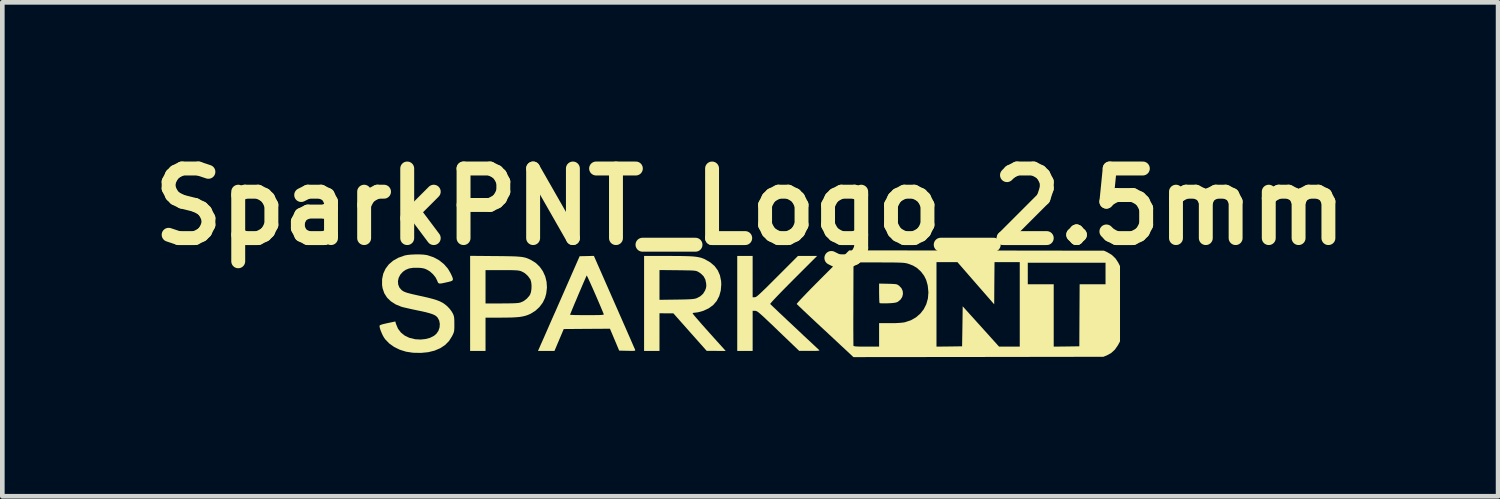
<source format=kicad_pcb>
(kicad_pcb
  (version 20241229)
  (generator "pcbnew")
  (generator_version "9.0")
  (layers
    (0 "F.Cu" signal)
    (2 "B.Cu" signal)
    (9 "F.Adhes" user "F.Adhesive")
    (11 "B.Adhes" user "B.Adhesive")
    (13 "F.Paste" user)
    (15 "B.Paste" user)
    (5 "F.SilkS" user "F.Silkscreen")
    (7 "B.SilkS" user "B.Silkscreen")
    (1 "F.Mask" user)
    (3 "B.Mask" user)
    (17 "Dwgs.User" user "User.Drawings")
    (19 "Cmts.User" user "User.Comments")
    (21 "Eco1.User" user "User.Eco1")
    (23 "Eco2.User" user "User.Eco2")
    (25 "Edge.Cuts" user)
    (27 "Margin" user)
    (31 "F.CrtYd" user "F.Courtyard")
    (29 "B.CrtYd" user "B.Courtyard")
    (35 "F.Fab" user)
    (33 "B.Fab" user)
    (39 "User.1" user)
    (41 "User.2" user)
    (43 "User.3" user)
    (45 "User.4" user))
  (footprint "SparkPNT_Logo_2.5mm"
    (layer "F.Cu")
    (at 13.121 3.504)
    (property "Reference" "SparkPNT_Logo_2.5mm" (at 0 -2.1 0) (layer "F.SilkS") (effects (font (size 1.5 1.5) (thickness 0.3))))
    (attr board_only exclude_from_pos_files exclude_from_bom)
    (fp_poly (pts (xy 2.97 -0.437) (xy 3.045 -0.435) (xy 3.099 -0.432) (xy 3.136 -0.429) (xy 3.162 -0.423) (xy 3.182 -0.414) (xy 3.202 -0.4) (xy 3.211 -0.394) (xy 3.261 -0.341) (xy 3.288 -0.28) (xy 3.293 -0.216) (xy 3.277 -0.152) (xy 3.24 -0.095) (xy 3.182 -0.048) (xy 3.173 -0.044) (xy 3.143 -0.033) (xy 3.098 -0.025) (xy 3.033 -0.019) (xy 2.966 -0.016) (xy 2.901 -0.015) (xy 2.847 -0.015) (xy 2.808 -0.017) (xy 2.79 -0.02) (xy 2.789 -0.021) (xy 2.786 -0.037) (xy 2.783 -0.075) (xy 2.781 -0.13) (xy 2.78 -0.197) (xy 2.779 -0.236) (xy 2.779 -0.441)) (stroke (width 0) (type solid)) (fill yes) (layer "F.SilkS"))
    (fp_poly (pts (xy 0.053 -0.592) (xy 0.053 -0.146) (xy 0.096 -0.146) (xy 0.108 -0.148) (xy 0.122 -0.153) (xy 0.139 -0.163) (xy 0.162 -0.181) (xy 0.192 -0.207) (xy 0.231 -0.243) (xy 0.281 -0.291) (xy 0.344 -0.351) (xy 0.42 -0.427) (xy 0.512 -0.519) (xy 0.585 -0.592) (xy 1.03 -1.037) (xy 1.237 -1.037) (xy 1.443 -1.037) (xy 0.932 -0.527) (xy 0.828 -0.422) (xy 0.733 -0.326) (xy 0.649 -0.24) (xy 0.576 -0.164) (xy 0.517 -0.102) (xy 0.472 -0.053) (xy 0.443 -0.019) (xy 0.431 -0.003) (xy 0.431 -0.002) (xy 0.442 0.009) (xy 0.47 0.036) (xy 0.513 0.077) (xy 0.569 0.13) (xy 0.636 0.194) (xy 0.712 0.265) (xy 0.794 0.343) (xy 0.881 0.424) (xy 0.97 0.508) (xy 1.06 0.592) (xy 1.147 0.675) (xy 1.231 0.753) (xy 1.309 0.825) (xy 1.378 0.89) (xy 1.437 0.945) (xy 1.483 0.988) (xy 1.489 0.993) (xy 1.493 0.999) (xy 1.485 1.004) (xy 1.462 1.007) (xy 1.423 1.009) (xy 1.362 1.01) (xy 1.283 1.01) (xy 1.057 1.01) (xy 0.606 0.578) (xy 0.502 0.477) (xy 0.414 0.394) (xy 0.342 0.326) (xy 0.284 0.271) (xy 0.237 0.229) (xy 0.201 0.198) (xy 0.173 0.175) (xy 0.152 0.161) (xy 0.135 0.152) (xy 0.122 0.148) (xy 0.109 0.146) (xy 0.104 0.146) (xy 0.053 0.146) (xy 0.053 0.578) (xy 0.053 1.011) (xy -0.113 1.011) (xy -0.279 1.011) (xy -0.279 -0.013) (xy -0.279 -1.037) (xy -0.113 -1.037) (xy 0.053 -1.037)) (stroke (width 0) (type solid)) (fill yes) (layer "F.SilkS"))
    (fp_poly (pts (xy -5.496 -1.034) (xy -5.352 -1.033) (xy -5.231 -1.031) (xy -5.132 -1.029) (xy -5.05 -1.026) (xy -4.984 -1.021) (xy -4.929 -1.016) (xy -4.883 -1.008) (xy -4.844 -0.999) (xy -4.807 -0.987) (xy -4.772 -0.972) (xy -4.733 -0.954) (xy -4.724 -0.949) (xy -4.622 -0.886) (xy -4.536 -0.803) (xy -4.468 -0.706) (xy -4.418 -0.596) (xy -4.389 -0.478) (xy -4.381 -0.354) (xy -4.396 -0.227) (xy -4.422 -0.133) (xy -4.471 -0.031) (xy -4.542 0.063) (xy -4.629 0.144) (xy -4.729 0.207) (xy -4.739 0.212) (xy -4.792 0.235) (xy -4.845 0.253) (xy -4.903 0.267) (xy -4.968 0.278) (xy -5.046 0.285) (xy -5.139 0.29) (xy -5.251 0.292) (xy -5.365 0.293) (xy -5.705 0.293) (xy -5.705 0.652) (xy -5.705 1.011) (xy -5.871 1.011) (xy -6.037 1.011) (xy -6.037 -0.014) (xy -6.037 -0.372) (xy -5.705 -0.372) (xy -5.705 -0.013) (xy -5.362 -0.013) (xy -5.246 -0.014) (xy -5.154 -0.015) (xy -5.083 -0.017) (xy -5.028 -0.021) (xy -4.987 -0.025) (xy -4.957 -0.032) (xy -4.952 -0.033) (xy -4.88 -0.066) (xy -4.812 -0.118) (xy -4.758 -0.181) (xy -4.744 -0.204) (xy -4.725 -0.258) (xy -4.715 -0.326) (xy -4.713 -0.399) (xy -4.72 -0.468) (xy -4.735 -0.524) (xy -4.739 -0.532) (xy -4.791 -0.605) (xy -4.857 -0.665) (xy -4.93 -0.705) (xy -4.954 -0.713) (xy -4.979 -0.719) (xy -5.009 -0.724) (xy -5.048 -0.727) (xy -5.098 -0.729) (xy -5.165 -0.731) (xy -5.251 -0.731) (xy -5.353 -0.731) (xy -5.705 -0.731) (xy -5.705 -0.372) (xy -6.037 -0.372) (xy -6.037 -1.039)) (stroke (width 0) (type solid)) (fill yes) (layer "F.SilkS"))
    (fp_poly (pts (xy -2.929 -0.037) (xy -2.861 0.117) (xy -2.796 0.265) (xy -2.735 0.404) (xy -2.678 0.533) (xy -2.627 0.65) (xy -2.582 0.752) (xy -2.545 0.838) (xy -2.515 0.907) (xy -2.493 0.956) (xy -2.482 0.983) (xy -2.479 0.988) (xy -2.477 0.997) (xy -2.483 1.004) (xy -2.5 1.008) (xy -2.532 1.009) (xy -2.583 1.009) (xy -2.647 1.008) (xy -2.824 1.004) (xy -2.923 0.768) (xy -3.023 0.532) (xy -3.521 0.535) (xy -4.019 0.539) (xy -4.119 0.775) (xy -4.219 1.011) (xy -4.396 1.011) (xy -4.574 1.011) (xy -4.561 0.981) (xy -4.553 0.964) (xy -4.536 0.925) (xy -4.51 0.865) (xy -4.475 0.787) (xy -4.433 0.692) (xy -4.385 0.582) (xy -4.331 0.459) (xy -4.272 0.324) (xy -4.231 0.231) (xy -3.883 0.231) (xy -3.87 0.233) (xy -3.834 0.235) (xy -3.779 0.237) (xy -3.707 0.238) (xy -3.621 0.239) (xy -3.526 0.239) (xy -3.516 0.239) (xy -3.404 0.239) (xy -3.315 0.238) (xy -3.249 0.237) (xy -3.202 0.235) (xy -3.173 0.231) (xy -3.158 0.227) (xy -3.155 0.223) (xy -3.175 0.172) (xy -3.202 0.108) (xy -3.234 0.032) (xy -3.27 -0.052) (xy -3.308 -0.14) (xy -3.347 -0.23) (xy -3.385 -0.317) (xy -3.422 -0.399) (xy -3.455 -0.473) (xy -3.483 -0.534) (xy -3.505 -0.581) (xy -3.519 -0.609) (xy -3.524 -0.616) (xy -3.531 -0.601) (xy -3.547 -0.566) (xy -3.57 -0.513) (xy -3.599 -0.447) (xy -3.632 -0.369) (xy -3.668 -0.285) (xy -3.706 -0.197) (xy -3.743 -0.108) (xy -3.779 -0.024) (xy -3.812 0.055) (xy -3.84 0.123) (xy -3.862 0.177) (xy -3.877 0.214) (xy -3.883 0.23) (xy -3.883 0.231) (xy -4.231 0.231) (xy -4.208 0.181) (xy -4.142 0.03) (xy -4.111 -0.04) (xy -3.676 -1.031) (xy -3.522 -1.034) (xy -3.369 -1.038)) (stroke (width 0) (type solid)) (fill yes) (layer "F.SilkS"))
    (fp_poly (pts (xy -1.772 -1.037) (xy -1.62 -1.036) (xy -1.492 -1.035) (xy -1.384 -1.033) (xy -1.295 -1.03) (xy -1.221 -1.025) (xy -1.16 -1.018) (xy -1.109 -1.009) (xy -1.064 -0.999) (xy -1.023 -0.985) (xy -0.984 -0.969) (xy -0.976 -0.965) (xy -0.862 -0.9) (xy -0.769 -0.821) (xy -0.699 -0.727) (xy -0.652 -0.62) (xy -0.627 -0.498) (xy -0.623 -0.425) (xy -0.634 -0.291) (xy -0.667 -0.172) (xy -0.721 -0.068) (xy -0.796 0.02) (xy -0.892 0.091) (xy -1.007 0.145) (xy -1.073 0.165) (xy -1.124 0.177) (xy -1.17 0.184) (xy -1.195 0.186) (xy -1.226 0.19) (xy -1.242 0.198) (xy -1.235 0.21) (xy -1.211 0.241) (xy -1.171 0.289) (xy -1.116 0.352) (xy -1.048 0.431) (xy -0.967 0.522) (xy -0.874 0.626) (xy -0.771 0.741) (xy -0.658 0.866) (xy -0.554 0.981) (xy -0.527 1.011) (xy -0.732 1.01) (xy -0.938 1.009) (xy -1.297 0.605) (xy -1.656 0.2) (xy -1.805 0.2) (xy -1.955 0.199) (xy -1.955 0.605) (xy -1.955 1.011) (xy -2.121 1.011) (xy -2.287 1.011) (xy -2.287 -0.013) (xy -2.287 -0.412) (xy -1.955 -0.412) (xy -1.955 -0.091) (xy -1.586 -0.096) (xy -1.472 -0.098) (xy -1.381 -0.1) (xy -1.31 -0.103) (xy -1.257 -0.106) (xy -1.216 -0.111) (xy -1.186 -0.116) (xy -1.163 -0.123) (xy -1.158 -0.124) (xy -1.077 -0.166) (xy -1.016 -0.221) (xy -0.974 -0.289) (xy -0.954 -0.34) (xy -0.946 -0.385) (xy -0.948 -0.437) (xy -0.948 -0.438) (xy -0.966 -0.527) (xy -1.005 -0.6) (xy -1.067 -0.66) (xy -1.124 -0.696) (xy -1.14 -0.704) (xy -1.158 -0.711) (xy -1.18 -0.716) (xy -1.21 -0.72) (xy -1.251 -0.723) (xy -1.306 -0.725) (xy -1.379 -0.726) (xy -1.472 -0.728) (xy -1.566 -0.729) (xy -1.955 -0.733) (xy -1.955 -0.412) (xy -2.287 -0.412) (xy -2.287 -1.037)) (stroke (width 0) (type solid)) (fill yes) (layer "F.SilkS"))
    (fp_poly (pts (xy 4.881 -1.154) (xy 7.627 -1.15) (xy 7.702 -1.115) (xy 7.798 -1.057) (xy 7.877 -0.98) (xy 7.933 -0.895) (xy 7.972 -0.818) (xy 7.972 -0.007) (xy 7.972 0.805) (xy 7.927 0.889) (xy 7.862 0.982) (xy 7.781 1.056) (xy 7.688 1.107) (xy 7.613 1.137) (xy 4.92 1.141) (xy 2.226 1.144) (xy 1.62 0.579) (xy 1.513 0.48) (xy 1.453 0.424) (xy 2.223 0.424) (xy 2.223 0.546) (xy 2.224 0.653) (xy 2.224 0.745) (xy 2.225 0.817) (xy 2.225 0.868) (xy 2.226 0.896) (xy 2.227 0.901) (xy 2.236 0.907) (xy 2.26 0.911) (xy 2.301 0.915) (xy 2.363 0.917) (xy 2.447 0.917) (xy 2.506 0.918) (xy 2.779 0.918) (xy 2.779 0.665) (xy 2.779 0.412) (xy 3.015 0.412) (xy 3.133 0.411) (xy 3.225 0.406) (xy 3.296 0.399) (xy 3.336 0.392) (xy 3.463 0.35) (xy 3.574 0.287) (xy 3.667 0.207) (xy 3.742 0.111) (xy 3.795 0.007) (xy 4.016 0.007) (xy 4.016 0.918) (xy 4.292 0.915) (xy 4.568 0.911) (xy 4.575 0.48) (xy 4.581 0.049) (xy 4.973 0.483) (xy 5.365 0.918) (xy 5.588 0.918) (xy 5.811 0.918) (xy 5.811 0.007) (xy 5.811 -0.658) (xy 5.984 -0.658) (xy 5.984 -0.426) (xy 6.264 -0.426) (xy 6.543 -0.426) (xy 6.543 0.246) (xy 6.543 0.918) (xy 6.819 0.915) (xy 7.095 0.911) (xy 7.098 0.243) (xy 7.102 -0.426) (xy 7.381 -0.426) (xy 7.66 -0.426) (xy 7.66 -0.658) (xy 7.66 -0.891) (xy 6.822 -0.891) (xy 5.984 -0.891) (xy 5.984 -0.658) (xy 5.811 -0.658) (xy 5.811 -0.904) (xy 5.539 -0.904) (xy 5.267 -0.904) (xy 5.263 -0.449) (xy 5.26 0.006) (xy 4.863 -0.449) (xy 4.467 -0.904) (xy 4.242 -0.904) (xy 4.016 -0.904) (xy 4.016 0.007) (xy 3.795 0.007) (xy 3.797 0.001) (xy 3.831 -0.119) (xy 3.842 -0.25) (xy 3.829 -0.387) (xy 3.824 -0.413) (xy 3.794 -0.519) (xy 3.75 -0.608) (xy 3.687 -0.692) (xy 3.676 -0.704) (xy 3.598 -0.776) (xy 3.511 -0.829) (xy 3.408 -0.868) (xy 3.391 -0.873) (xy 3.367 -0.879) (xy 3.339 -0.884) (xy 3.307 -0.888) (xy 3.266 -0.891) (xy 3.214 -0.893) (xy 3.148 -0.895) (xy 3.065 -0.896) (xy 2.962 -0.896) (xy 2.837 -0.897) (xy 2.766 -0.897) (xy 2.227 -0.898) (xy 2.224 -0.007) (xy 2.224 0.145) (xy 2.223 0.289) (xy 2.223 0.424) (xy 1.453 0.424) (xy 1.411 0.385) (xy 1.317 0.297) (xy 1.232 0.217) (xy 1.158 0.148) (xy 1.097 0.089) (xy 1.049 0.044) (xy 1.018 0.014) (xy 1.004 -0.000294) (xy 1.003 -0.001) (xy 1.011 -0.014) (xy 1.036 -0.044) (xy 1.079 -0.091) (xy 1.139 -0.154) (xy 1.214 -0.232) (xy 1.304 -0.325) (xy 1.408 -0.43) (xy 1.526 -0.549) (xy 1.564 -0.587) (xy 2.134 -1.157)) (stroke (width 0) (type solid)) (fill yes) (layer "F.SilkS"))
    (fp_poly (pts (xy -7.121 -1.07) (xy -7.037 -1.065) (xy -6.968 -1.055) (xy -6.955 -1.052) (xy -6.824 -1.008) (xy -6.706 -0.944) (xy -6.602 -0.861) (xy -6.517 -0.764) (xy -6.463 -0.673) (xy -6.431 -0.607) (xy -6.412 -0.559) (xy -6.408 -0.528) (xy -6.419 -0.507) (xy -6.448 -0.492) (xy -6.497 -0.479) (xy -6.536 -0.47) (xy -6.608 -0.454) (xy -6.659 -0.444) (xy -6.693 -0.442) (xy -6.714 -0.447) (xy -6.728 -0.461) (xy -6.739 -0.484) (xy -6.746 -0.504) (xy -6.782 -0.574) (xy -6.837 -0.643) (xy -6.904 -0.703) (xy -6.965 -0.74) (xy -7.01 -0.76) (xy -7.055 -0.772) (xy -7.109 -0.779) (xy -7.162 -0.782) (xy -7.267 -0.781) (xy -7.353 -0.767) (xy -7.425 -0.738) (xy -7.486 -0.696) (xy -7.542 -0.634) (xy -7.578 -0.564) (xy -7.593 -0.491) (xy -7.587 -0.42) (xy -7.561 -0.355) (xy -7.516 -0.303) (xy -7.493 -0.286) (xy -7.467 -0.27) (xy -7.434 -0.256) (xy -7.391 -0.241) (xy -7.334 -0.226) (xy -7.261 -0.208) (xy -7.167 -0.187) (xy -7.075 -0.167) (xy -6.948 -0.138) (xy -6.844 -0.111) (xy -6.759 -0.085) (xy -6.688 -0.057) (xy -6.629 -0.027) (xy -6.578 0.008) (xy -6.53 0.048) (xy -6.523 0.055) (xy -6.477 0.104) (xy -6.436 0.159) (xy -6.413 0.198) (xy -6.397 0.232) (xy -6.387 0.263) (xy -6.381 0.296) (xy -6.378 0.34) (xy -6.377 0.401) (xy -6.377 0.433) (xy -6.377 0.501) (xy -6.379 0.55) (xy -6.383 0.587) (xy -6.392 0.619) (xy -6.407 0.654) (xy -6.427 0.694) (xy -6.492 0.797) (xy -6.577 0.883) (xy -6.681 0.952) (xy -6.803 1.004) (xy -6.941 1.038) (xy -7.094 1.053) (xy -7.261 1.05) (xy -7.274 1.049) (xy -7.418 1.027) (xy -7.552 0.985) (xy -7.674 0.926) (xy -7.778 0.852) (xy -7.864 0.764) (xy -7.89 0.728) (xy -7.918 0.68) (xy -7.944 0.624) (xy -7.967 0.567) (xy -7.983 0.516) (xy -7.99 0.478) (xy -7.99 0.468) (xy -7.98 0.457) (xy -7.954 0.445) (xy -7.909 0.432) (xy -7.84 0.416) (xy -7.818 0.411) (xy -7.65 0.376) (xy -7.634 0.431) (xy -7.592 0.531) (xy -7.529 0.614) (xy -7.447 0.68) (xy -7.347 0.728) (xy -7.228 0.757) (xy -7.216 0.759) (xy -7.104 0.765) (xy -6.997 0.754) (xy -6.9 0.728) (xy -6.817 0.686) (xy -6.766 0.643) (xy -6.721 0.579) (xy -6.696 0.506) (xy -6.69 0.43) (xy -6.703 0.357) (xy -6.737 0.294) (xy -6.751 0.277) (xy -6.777 0.255) (xy -6.81 0.235) (xy -6.855 0.216) (xy -6.915 0.197) (xy -6.992 0.176) (xy -7.089 0.154) (xy -7.192 0.133) (xy -7.277 0.115) (xy -7.357 0.097) (xy -7.428 0.081) (xy -7.484 0.068) (xy -7.519 0.058) (xy -7.52 0.058) (xy -7.644 0.007) (xy -7.747 -0.06) (xy -7.829 -0.14) (xy -7.888 -0.234) (xy -7.924 -0.34) (xy -7.935 -0.412) (xy -7.934 -0.539) (xy -7.909 -0.656) (xy -7.86 -0.762) (xy -7.79 -0.855) (xy -7.698 -0.934) (xy -7.585 -0.998) (xy -7.453 -1.045) (xy -7.447 -1.047) (xy -7.384 -1.059) (xy -7.303 -1.066) (xy -7.212 -1.07)) (stroke (width 0) (type solid)) (fill yes) (layer "F.SilkS")))
  (gr_rect
    (start -3 -3)
    (end 29.243 7.648)
    (stroke (width 0.1) (type default))
    (fill no)
    (layer "Edge.Cuts")))
</source>
